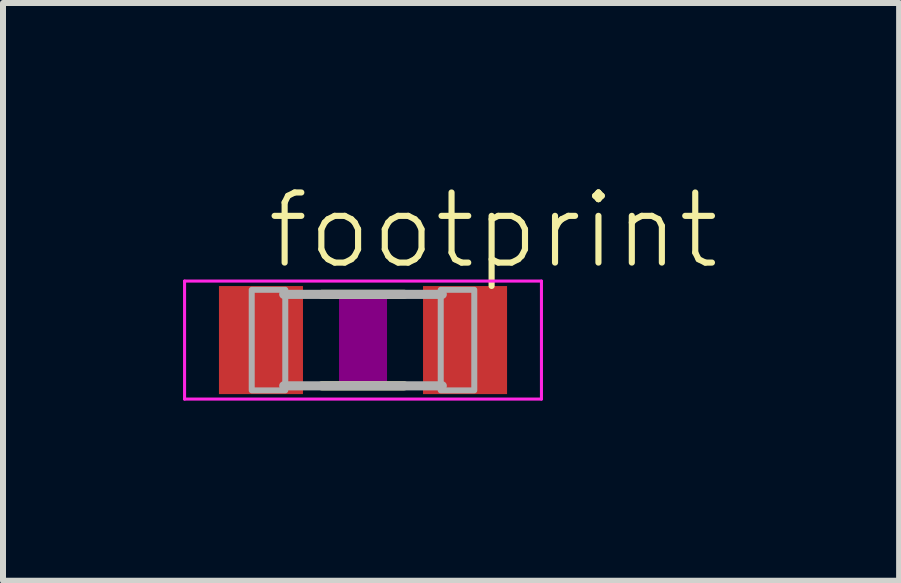
<source format=kicad_pcb>
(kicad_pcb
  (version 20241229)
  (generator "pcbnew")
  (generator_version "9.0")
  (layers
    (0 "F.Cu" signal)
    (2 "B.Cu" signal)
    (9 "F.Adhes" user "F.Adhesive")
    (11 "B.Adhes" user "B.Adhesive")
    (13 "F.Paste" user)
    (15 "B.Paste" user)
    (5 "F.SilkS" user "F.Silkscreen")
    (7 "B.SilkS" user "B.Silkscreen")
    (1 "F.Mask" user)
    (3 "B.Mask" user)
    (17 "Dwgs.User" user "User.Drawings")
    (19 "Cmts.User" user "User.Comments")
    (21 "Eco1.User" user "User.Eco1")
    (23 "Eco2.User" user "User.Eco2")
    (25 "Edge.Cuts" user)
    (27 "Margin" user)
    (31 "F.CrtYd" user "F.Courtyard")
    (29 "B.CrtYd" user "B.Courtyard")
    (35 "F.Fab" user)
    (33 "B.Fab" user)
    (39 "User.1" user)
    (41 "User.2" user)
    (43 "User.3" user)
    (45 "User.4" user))
  (footprint "footprint"
    (layer "F.Cu")
    (at 2.998 2.616)
    (property "Reference" "footprint" (at -1.651 -1.143 0) (layer "F.SilkS") (effects (font (size 1.168 1.168) (thickness 0.102)) (justify left bottom)))
    (fp_line (start 0.686 -0.762) (end -0.686 -0.762) (stroke (width 0.152) (type solid)) (layer "F.SilkS"))
    (fp_line (start 0.686 0.762) (end -0.686 0.762) (stroke (width 0.152) (type solid)) (layer "F.SilkS"))
    (fp_poly (pts (xy -0.4 0.7) (xy 0.4 0.7) (xy 0.4 -0.7) (xy -0.4 -0.7)) (stroke (width 0) (type solid)) (fill yes) (layer "F.Adhes"))
    (fp_line (start -2.973 -0.983) (end 2.973 -0.983) (stroke (width 0.051) (type solid)) (layer "F.CrtYd"))
    (fp_line (start -2.973 0.983) (end -2.973 -0.983) (stroke (width 0.051) (type solid)) (layer "F.CrtYd"))
    (fp_line (start 2.973 -0.983) (end 2.973 0.983) (stroke (width 0.051) (type solid)) (layer "F.CrtYd"))
    (fp_line (start 2.973 0.983) (end -2.973 0.983) (stroke (width 0.051) (type solid)) (layer "F.CrtYd"))
    (fp_line (start 1.321 -0.762) (end -1.321 -0.762) (stroke (width 0.152) (type solid)) (layer "F.Fab"))
    (fp_line (start 1.321 0.762) (end -1.321 0.762) (stroke (width 0.152) (type solid)) (layer "F.Fab"))
    (fp_poly (pts (xy -1.854 0.838) (xy -1.295 0.838) (xy -1.295 -0.838) (xy -1.854 -0.838)) (stroke (width 0.1) (type solid)) (fill no) (layer "F.Fab"))
    (fp_poly (pts (xy 1.295 0.838) (xy 1.854 0.838) (xy 1.854 -0.838) (xy 1.295 -0.838)) (stroke (width 0.1) (type solid)) (fill no) (layer "F.Fab"))
    (pad "1" smd rect (at -1.7 0) (size 1.4 1.8) (layers "F.Cu" "F.Mask" "F.Paste"))
    (pad "2" smd rect (at 1.7 0) (size 1.4 1.8) (layers "F.Cu" "F.Mask" "F.Paste")))
  (gr_rect
    (start -3 -3)
    (end 11.93 6.625)
    (stroke (width 0.1) (type default))
    (fill no)
    (layer "Edge.Cuts")))
</source>
